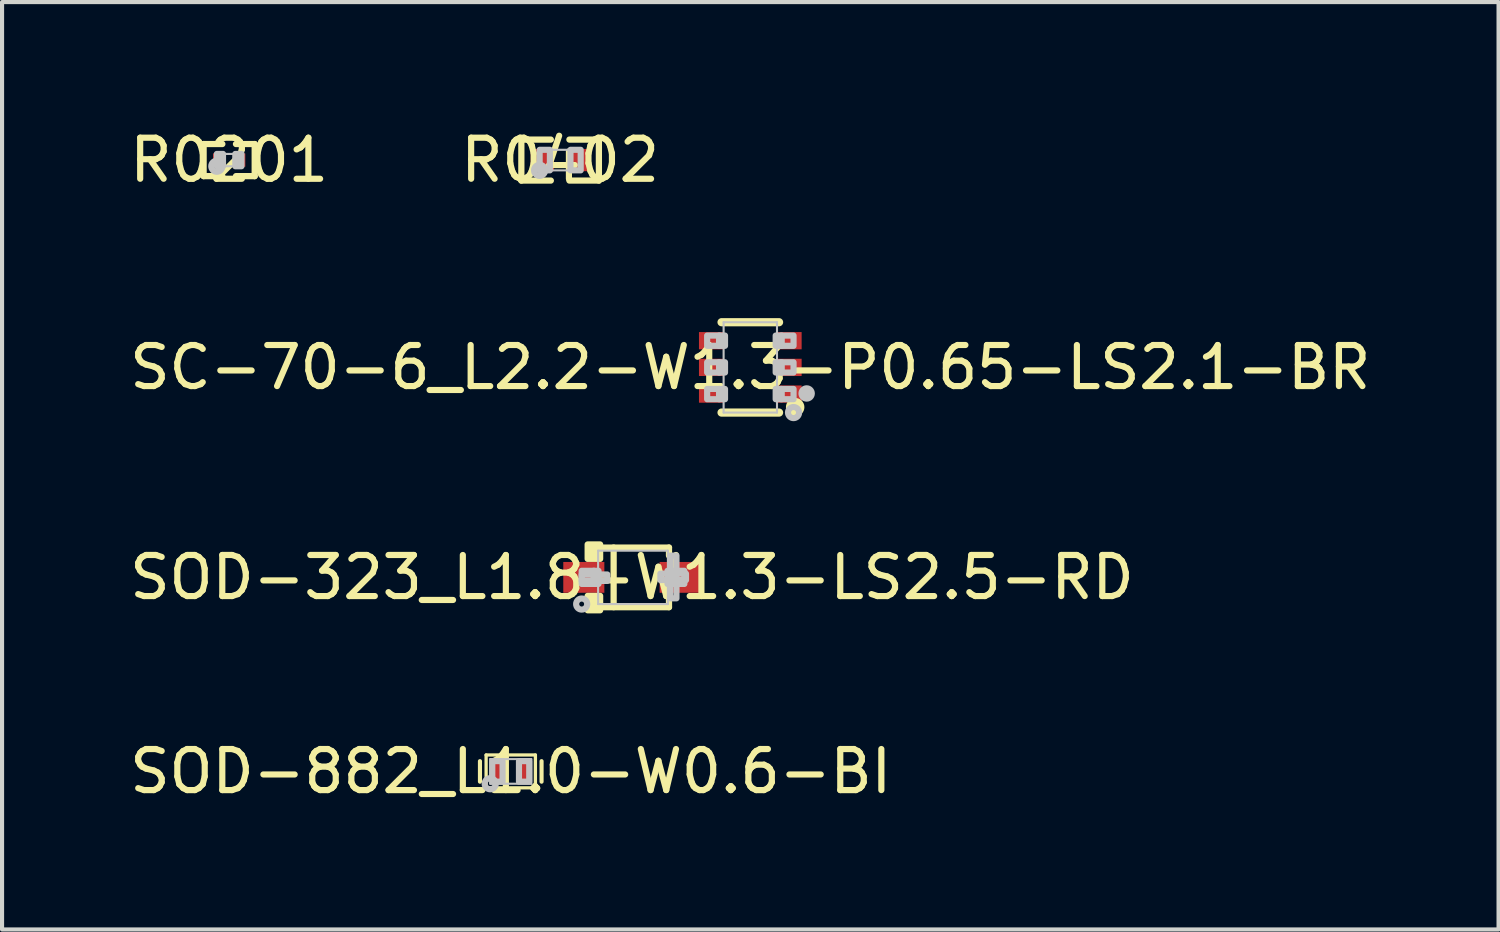
<source format=kicad_pcb>
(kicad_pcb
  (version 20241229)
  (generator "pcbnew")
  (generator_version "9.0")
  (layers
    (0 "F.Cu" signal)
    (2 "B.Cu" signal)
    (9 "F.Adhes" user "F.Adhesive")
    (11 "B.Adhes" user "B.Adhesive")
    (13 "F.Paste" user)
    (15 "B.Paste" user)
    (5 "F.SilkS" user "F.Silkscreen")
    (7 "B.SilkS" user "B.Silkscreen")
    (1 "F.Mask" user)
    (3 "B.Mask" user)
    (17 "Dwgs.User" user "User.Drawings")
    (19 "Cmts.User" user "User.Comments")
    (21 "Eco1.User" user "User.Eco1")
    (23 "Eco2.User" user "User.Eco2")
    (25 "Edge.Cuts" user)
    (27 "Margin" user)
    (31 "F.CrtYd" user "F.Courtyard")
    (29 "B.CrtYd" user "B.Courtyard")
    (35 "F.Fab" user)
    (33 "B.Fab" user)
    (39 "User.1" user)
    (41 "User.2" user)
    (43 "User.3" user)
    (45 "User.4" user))
  (footprint "R0402"
    (layer "F.Cu")
    (at 10.589 0.848)
    (property "Reference" "R0402" (at 0 0 0) (layer "F.SilkS") (effects (font (size 1 1) (thickness 0.15))))
    (fp_line (start -0.944 -0.499) (end -0.226 -0.499) (stroke (width 0.152) (type solid)) (layer "F.SilkS"))
    (fp_line (start -0.944 0.499) (end -0.944 -0.499) (stroke (width 0.152) (type solid)) (layer "F.SilkS"))
    (fp_line (start -0.226 0.499) (end -0.944 0.499) (stroke (width 0.152) (type solid)) (layer "F.SilkS"))
    (fp_line (start 0.226 0.499) (end 0.944 0.499) (stroke (width 0.152) (type solid)) (layer "F.SilkS"))
    (fp_line (start 0.944 -0.499) (end 0.226 -0.499) (stroke (width 0.152) (type solid)) (layer "F.SilkS"))
    (fp_line (start 0.944 0.499) (end 0.944 -0.499) (stroke (width 0.152) (type solid)) (layer "F.SilkS"))
    (fp_poly (pts (xy -0.135 0.23) (xy -0.135 -0.23) (xy -0.175 -0.27) (xy -0.676 -0.27) (xy -0.716 -0.23) (xy -0.716 0.23) (xy -0.676 0.27) (xy -0.175 0.27) (xy -0.135 0.23)) (stroke (width 0.15) (type solid)) (fill yes) (layer "F.Paste"))
    (fp_poly (pts (xy 0.135 0.23) (xy 0.135 -0.23) (xy 0.175 -0.27) (xy 0.676 -0.27) (xy 0.716 -0.23) (xy 0.716 0.23) (xy 0.676 0.27) (xy 0.175 0.27) (xy 0.135 0.23)) (stroke (width 0.15) (type solid)) (fill yes) (layer "F.Paste"))
    (fp_line (start -0.5 -0.25) (end 0.5 -0.25) (stroke (width 0.051) (type solid)) (layer "Dwgs.User"))
    (fp_line (start -0.5 0.25) (end -0.5 -0.25) (stroke (width 0.051) (type solid)) (layer "Dwgs.User"))
    (fp_line (start 0.5 -0.25) (end 0.5 0.25) (stroke (width 0.051) (type solid)) (layer "Dwgs.User"))
    (fp_line (start 0.5 0.25) (end -0.5 0.25) (stroke (width 0.051) (type solid)) (layer "Dwgs.User"))
    (fp_circle (center -0.5 0.25) (end -0.44 0.25) (stroke (width 0.15) (type solid)) (fill no) (layer "Dwgs.User"))
    (fp_poly (pts (xy -0.249 -0.25) (xy -0.249 0.25) (xy -0.499 0.25) (xy -0.499 -0.25) (xy -0.249 -0.25)) (stroke (width 0.15) (type solid)) (fill no) (layer "Dwgs.User"))
    (fp_poly (pts (xy 0.252 0.25) (xy 0.252 -0.25) (xy 0.501 -0.25) (xy 0.501 0.25) (xy 0.252 0.25)) (stroke (width 0.15) (type solid)) (fill no) (layer "Dwgs.User"))
    (pad "1" smd rect (at -0.433 0) (size 0.566 0.54) (layers "F.Cu" "F.Mask"))
    (pad "2" smd rect (at 0.433 0) (size 0.566 0.54) (layers "F.Cu" "F.Mask")))
  (footprint "SC-70-6_L2.2-W1.3-P0.65-LS2.1-BR"
    (layer "F.Cu")
    (at 15.22 5.896)
    (property "Reference" "SC-70-6_L2.2-W1.3-P0.65-LS2.1-BR" (at 0 0 0) (layer "F.SilkS") (effects (font (size 1 1) (thickness 0.15))))
    (fp_line (start -0.7 -1.1) (end 0.7 -1.1) (stroke (width 0.2) (type solid)) (layer "F.SilkS"))
    (fp_line (start -0.7 1.1) (end 0.7 1.1) (stroke (width 0.2) (type solid)) (layer "F.SilkS"))
    (fp_arc (start 1.0909 1.0942) (mid 1.0947 0.8442) (end 1.0935 1.0942) (stroke (width 0.2) (type solid)) (layer "F.SilkS"))
    (fp_line (start -0.65 -1.1) (end 0.65 -1.1) (stroke (width 0.051) (type solid)) (layer "Dwgs.User"))
    (fp_line (start -0.65 1.1) (end -0.65 -1.1) (stroke (width 0.051) (type solid)) (layer "Dwgs.User"))
    (fp_line (start 0.65 -1.1) (end 0.65 1.1) (stroke (width 0.051) (type solid)) (layer "Dwgs.User"))
    (fp_line (start 0.65 1.1) (end -0.65 1.1) (stroke (width 0.051) (type solid)) (layer "Dwgs.User"))
    (fp_circle (center 1.053 1.1) (end 1.113 1.1) (stroke (width 0.15) (type solid)) (fill no) (layer "Dwgs.User"))
    (fp_circle (center 1.372 0.635) (end 1.472 0.635) (stroke (width 0.2) (type solid)) (fill no) (layer "Dwgs.User"))
    (fp_poly (pts (xy -0.751 -0.775) (xy -0.751 -0.525) (xy -1.051 -0.525) (xy -1.051 -0.775) (xy -0.751 -0.775)) (stroke (width 0.15) (type solid)) (fill no) (layer "Dwgs.User"))
    (fp_poly (pts (xy -0.751 -0.125) (xy -0.751 0.125) (xy -1.051 0.125) (xy -1.051 -0.125) (xy -0.751 -0.125)) (stroke (width 0.15) (type solid)) (fill no) (layer "Dwgs.User"))
    (fp_poly (pts (xy -0.751 0.525) (xy -0.751 0.775) (xy -1.051 0.775) (xy -1.051 0.525) (xy -0.751 0.525)) (stroke (width 0.15) (type solid)) (fill no) (layer "Dwgs.User"))
    (fp_poly (pts (xy -0.616 -0.775) (xy -0.616 -0.525) (xy -0.761 -0.525) (xy -0.761 -0.775) (xy -0.616 -0.775)) (stroke (width 0.15) (type solid)) (fill no) (layer "Dwgs.User"))
    (fp_poly (pts (xy -0.616 -0.125) (xy -0.616 0.125) (xy -0.761 0.125) (xy -0.761 -0.125) (xy -0.616 -0.125)) (stroke (width 0.15) (type solid)) (fill no) (layer "Dwgs.User"))
    (fp_poly (pts (xy -0.616 0.525) (xy -0.616 0.775) (xy -0.761 0.775) (xy -0.761 0.525) (xy -0.616 0.525)) (stroke (width 0.15) (type solid)) (fill no) (layer "Dwgs.User"))
    (fp_poly (pts (xy 0.618 -0.525) (xy 0.618 -0.775) (xy 0.763 -0.775) (xy 0.763 -0.525) (xy 0.618 -0.525)) (stroke (width 0.15) (type solid)) (fill no) (layer "Dwgs.User"))
    (fp_poly (pts (xy 0.618 0.125) (xy 0.618 -0.125) (xy 0.763 -0.125) (xy 0.763 0.125) (xy 0.618 0.125)) (stroke (width 0.15) (type solid)) (fill no) (layer "Dwgs.User"))
    (fp_poly (pts (xy 0.618 0.775) (xy 0.618 0.525) (xy 0.763 0.525) (xy 0.763 0.775) (xy 0.618 0.775)) (stroke (width 0.15) (type solid)) (fill no) (layer "Dwgs.User"))
    (fp_poly (pts (xy 0.753 -0.525) (xy 0.753 -0.775) (xy 1.053 -0.775) (xy 1.053 -0.525) (xy 0.753 -0.525)) (stroke (width 0.15) (type solid)) (fill no) (layer "Dwgs.User"))
    (fp_poly (pts (xy 0.753 0.125) (xy 0.753 -0.125) (xy 1.053 -0.125) (xy 1.053 0.125) (xy 0.753 0.125)) (stroke (width 0.15) (type solid)) (fill no) (layer "Dwgs.User"))
    (fp_poly (pts (xy 0.753 0.775) (xy 0.753 0.525) (xy 1.053 0.525) (xy 1.053 0.775) (xy 0.753 0.775)) (stroke (width 0.15) (type solid)) (fill no) (layer "Dwgs.User"))
    (pad "1" smd rect (at 0.95 0.65 90) (size 0.42 0.6) (layers "F.Cu" "F.Mask" "F.Paste"))
    (pad "2" smd rect (at 0.95 0 90) (size 0.42 0.6) (layers "F.Cu" "F.Mask" "F.Paste"))
    (pad "3" smd rect (at 0.95 -0.65 90) (size 0.42 0.6) (layers "F.Cu" "F.Mask" "F.Paste"))
    (pad "4" smd rect (at -0.95 -0.65 270) (size 0.42 0.6) (layers "F.Cu" "F.Mask" "F.Paste"))
    (pad "5" smd rect (at -0.95 0 270) (size 0.42 0.6) (layers "F.Cu" "F.Mask" "F.Paste"))
    (pad "6" smd rect (at -0.95 0.65 270) (size 0.42 0.6) (layers "F.Cu" "F.Mask" "F.Paste")))
  (footprint "R0201"
    (layer "F.Cu")
    (at 2.53 0.848)
    (property "Reference" "R0201" (at 0 0 0) (layer "F.SilkS") (effects (font (size 1 1) (thickness 0.15))))
    (fp_line (start -0.622 -0.391) (end -0.166 -0.391) (stroke (width 0.152) (type solid)) (layer "F.SilkS"))
    (fp_line (start -0.622 0.391) (end -0.622 -0.391) (stroke (width 0.152) (type solid)) (layer "F.SilkS"))
    (fp_line (start -0.166 0.391) (end -0.622 0.391) (stroke (width 0.152) (type solid)) (layer "F.SilkS"))
    (fp_line (start 0.166 0.391) (end 0.622 0.391) (stroke (width 0.152) (type solid)) (layer "F.SilkS"))
    (fp_line (start 0.622 -0.391) (end 0.166 -0.391) (stroke (width 0.152) (type solid)) (layer "F.SilkS"))
    (fp_line (start 0.622 0.391) (end 0.622 -0.391) (stroke (width 0.152) (type solid)) (layer "F.SilkS"))
    (fp_poly (pts (xy -0.081 0.138) (xy -0.081 -0.138) (xy -0.105 -0.162) (xy -0.369 -0.162) (xy -0.393 -0.138) (xy -0.393 0.138) (xy -0.369 0.162) (xy -0.105 0.162) (xy -0.081 0.138)) (stroke (width 0.15) (type solid)) (fill yes) (layer "F.Paste"))
    (fp_poly (pts (xy 0.081 0.138) (xy 0.081 -0.138) (xy 0.105 -0.162) (xy 0.369 -0.162) (xy 0.393 -0.138) (xy 0.393 0.138) (xy 0.369 0.162) (xy 0.105 0.162) (xy 0.081 0.138)) (stroke (width 0.15) (type solid)) (fill yes) (layer "F.Paste"))
    (fp_line (start -0.3 -0.15) (end 0.3 -0.15) (stroke (width 0.051) (type solid)) (layer "Dwgs.User"))
    (fp_line (start -0.3 0.15) (end -0.3 -0.15) (stroke (width 0.051) (type solid)) (layer "Dwgs.User"))
    (fp_line (start 0.3 -0.15) (end 0.3 0.15) (stroke (width 0.051) (type solid)) (layer "Dwgs.User"))
    (fp_line (start 0.3 0.15) (end -0.3 0.15) (stroke (width 0.051) (type solid)) (layer "Dwgs.User"))
    (fp_circle (center -0.3 0.15) (end -0.24 0.15) (stroke (width 0.15) (type solid)) (fill no) (layer "Dwgs.User"))
    (fp_poly (pts (xy -0.3 0.15) (xy -0.3 -0.15) (xy -0.15 -0.15) (xy -0.15 0.15) (xy -0.3 0.15)) (stroke (width 0.15) (type solid)) (fill no) (layer "Dwgs.User"))
    (fp_poly (pts (xy 0.3 0.15) (xy 0.3 -0.15) (xy 0.15 -0.15) (xy 0.15 0.15) (xy 0.3 0.15)) (stroke (width 0.15) (type solid)) (fill no) (layer "Dwgs.User"))
    (pad "1" smd rect (at -0.242 0) (size 0.303 0.324) (layers "F.Cu" "F.Mask"))
    (pad "2" smd rect (at 0.242 0) (size 0.303 0.324) (layers "F.Cu" "F.Mask")))
  (footprint "SOD-323_L1.8-W1.3-LS2.5-RD"
    (layer "F.Cu")
    (at 12.339 11.009)
    (property "Reference" "SOD-323_L1.8-W1.3-LS2.5-RD" (at 0 0 0) (layer "F.SilkS") (effects (font (size 1 1) (thickness 0.15))))
    (fp_line (start -0.851 -0.726) (end 0.901 -0.726) (stroke (width 0.152) (type solid)) (layer "F.SilkS"))
    (fp_line (start -0.851 0.726) (end 0.901 0.726) (stroke (width 0.152) (type solid)) (layer "F.SilkS"))
    (fp_line (start -0.447 -0.726) (end -0.447 0.726) (stroke (width 0.152) (type solid)) (layer "F.SilkS"))
    (fp_line (start 0.901 -0.726) (end 0.901 -0.53) (stroke (width 0.152) (type solid)) (layer "F.SilkS"))
    (fp_line (start 0.901 0.726) (end 0.901 0.52) (stroke (width 0.152) (type solid)) (layer "F.SilkS"))
    (fp_poly (pts (xy -0.775 -0.802) (xy -0.775 -0.45) (xy -1.08 -0.45) (xy -1.08 -0.802) (xy -0.775 -0.802)) (stroke (width 0.15) (type solid)) (fill yes) (layer "F.SilkS"))
    (fp_poly (pts (xy -0.775 0.802) (xy -0.775 0.45) (xy -1.08 0.45) (xy -1.08 0.802) (xy -0.775 0.802)) (stroke (width 0.15) (type solid)) (fill yes) (layer "F.SilkS"))
    (fp_line (start -0.825 -0.65) (end 0.875 -0.65) (stroke (width 0.051) (type solid)) (layer "Dwgs.User"))
    (fp_line (start -0.825 0.65) (end -0.825 -0.65) (stroke (width 0.051) (type solid)) (layer "Dwgs.User"))
    (fp_line (start 0.875 -0.65) (end 0.875 0.65) (stroke (width 0.051) (type solid)) (layer "Dwgs.User"))
    (fp_line (start 0.875 0.65) (end -0.825 0.65) (stroke (width 0.051) (type solid)) (layer "Dwgs.User"))
    (fp_circle (center -1.225 0.65) (end -1.165 0.65) (stroke (width 0.15) (type solid)) (fill no) (layer "Dwgs.User"))
    (fp_poly (pts (xy -1.225 -0.07) (xy -1.225 0.086) (xy -0.601 0.086) (xy -0.601 -0.07) (xy -1.225 -0.07)) (stroke (width 0.15) (type solid)) (fill no) (layer "Dwgs.User"))
    (fp_poly (pts (xy -0.925 -0.16) (xy -0.925 0.16) (xy -1.225 0.16) (xy -1.225 -0.16) (xy -0.925 -0.16)) (stroke (width 0.15) (type solid)) (fill no) (layer "Dwgs.User"))
    (fp_poly (pts (xy -0.815 -0.16) (xy -0.815 0.16) (xy -0.935 0.16) (xy -0.935 -0.16) (xy -0.815 -0.16)) (stroke (width 0.15) (type solid)) (fill no) (layer "Dwgs.User"))
    (fp_poly (pts (xy 0.985 -0.16) (xy 0.985 0.16) (xy 0.865 0.16) (xy 0.865 -0.16) (xy 0.985 -0.16)) (stroke (width 0.15) (type solid)) (fill no) (layer "Dwgs.User"))
    (fp_poly (pts (xy 1.083 -0.53) (xy 1.083 0.51) (xy 0.927 0.51) (xy 0.927 -0.53) (xy 1.083 -0.53)) (stroke (width 0.15) (type solid)) (fill no) (layer "Dwgs.User"))
    (fp_poly (pts (xy 1.275 -0.16) (xy 1.275 0.16) (xy 0.975 0.16) (xy 0.975 -0.16) (xy 1.275 -0.16)) (stroke (width 0.15) (type solid)) (fill no) (layer "Dwgs.User"))
    (fp_poly (pts (xy 1.315 -0.09) (xy 1.315 0.066) (xy 0.691 0.066) (xy 0.691 -0.09) (xy 1.315 -0.09)) (stroke (width 0.15) (type solid)) (fill no) (layer "Dwgs.User"))
    (pad "1" smd rect (at -1.173 0) (size 1 0.75) (layers "F.Cu" "F.Mask" "F.Paste"))
    (pad "2" smd rect (at 1.173 0) (size 1 0.75) (layers "F.Cu" "F.Mask" "F.Paste")))
  (footprint "SOD-882_L1.0-W0.6-BI"
    (layer "F.Cu")
    (at 9.387 15.734)
    (property "Reference" "SOD-882_L1.0-W0.6-BI" (at 0 0 0) (layer "F.SilkS") (effects (font (size 1 1) (thickness 0.15))))
    (fp_line (start -0.75 0.25) (end -0.75 -0.25) (stroke (width 0.1) (type solid)) (layer "F.SilkS"))
    (fp_line (start -0.6 -0.4) (end 0.6 -0.4) (stroke (width 0.08) (type solid)) (layer "F.SilkS"))
    (fp_line (start -0.6 0.4) (end -0.6 -0.4) (stroke (width 0.08) (type solid)) (layer "F.SilkS"))
    (fp_line (start 0.6 -0.4) (end 0.6 0.4) (stroke (width 0.08) (type solid)) (layer "F.SilkS"))
    (fp_line (start 0.6 0.4) (end -0.6 0.4) (stroke (width 0.08) (type solid)) (layer "F.SilkS"))
    (fp_line (start 0.75 -0.25) (end 0.75 0.25) (stroke (width 0.1) (type solid)) (layer "F.SilkS"))
    (fp_line (start -0.5 -0.3) (end 0.5 -0.3) (stroke (width 0.051) (type solid)) (layer "Dwgs.User"))
    (fp_line (start -0.5 0.3) (end -0.5 -0.3) (stroke (width 0.051) (type solid)) (layer "Dwgs.User"))
    (fp_line (start 0.5 -0.3) (end 0.5 0.3) (stroke (width 0.051) (type solid)) (layer "Dwgs.User"))
    (fp_line (start 0.5 0.3) (end -0.5 0.3) (stroke (width 0.051) (type solid)) (layer "Dwgs.User"))
    (fp_circle (center -0.5 0.3) (end -0.44 0.3) (stroke (width 0.15) (type solid)) (fill no) (layer "Dwgs.User"))
    (fp_poly (pts (xy -0.45 -0.25) (xy -0.2 -0.25) (xy -0.2 0.25) (xy -0.45 0.25) (xy -0.45 -0.25)) (stroke (width 0.15) (type solid)) (fill no) (layer "Dwgs.User"))
    (fp_poly (pts (xy 0.2 -0.25) (xy 0.45 -0.25) (xy 0.45 0.25) (xy 0.2 0.25) (xy 0.2 -0.25)) (stroke (width 0.15) (type solid)) (fill no) (layer "Dwgs.User"))
    (pad "1" smd rect (at -0.325 0) (size 0.3 0.6) (layers "F.Cu" "F.Mask" "F.Paste"))
    (pad "2" smd rect (at 0.325 0) (size 0.3 0.6) (layers "F.Cu" "F.Mask" "F.Paste")))
  (gr_rect
    (start -3 -3)
    (end 33.44 19.583)
    (stroke (width 0.1) (type default))
    (fill no)
    (layer "Edge.Cuts")))
</source>
